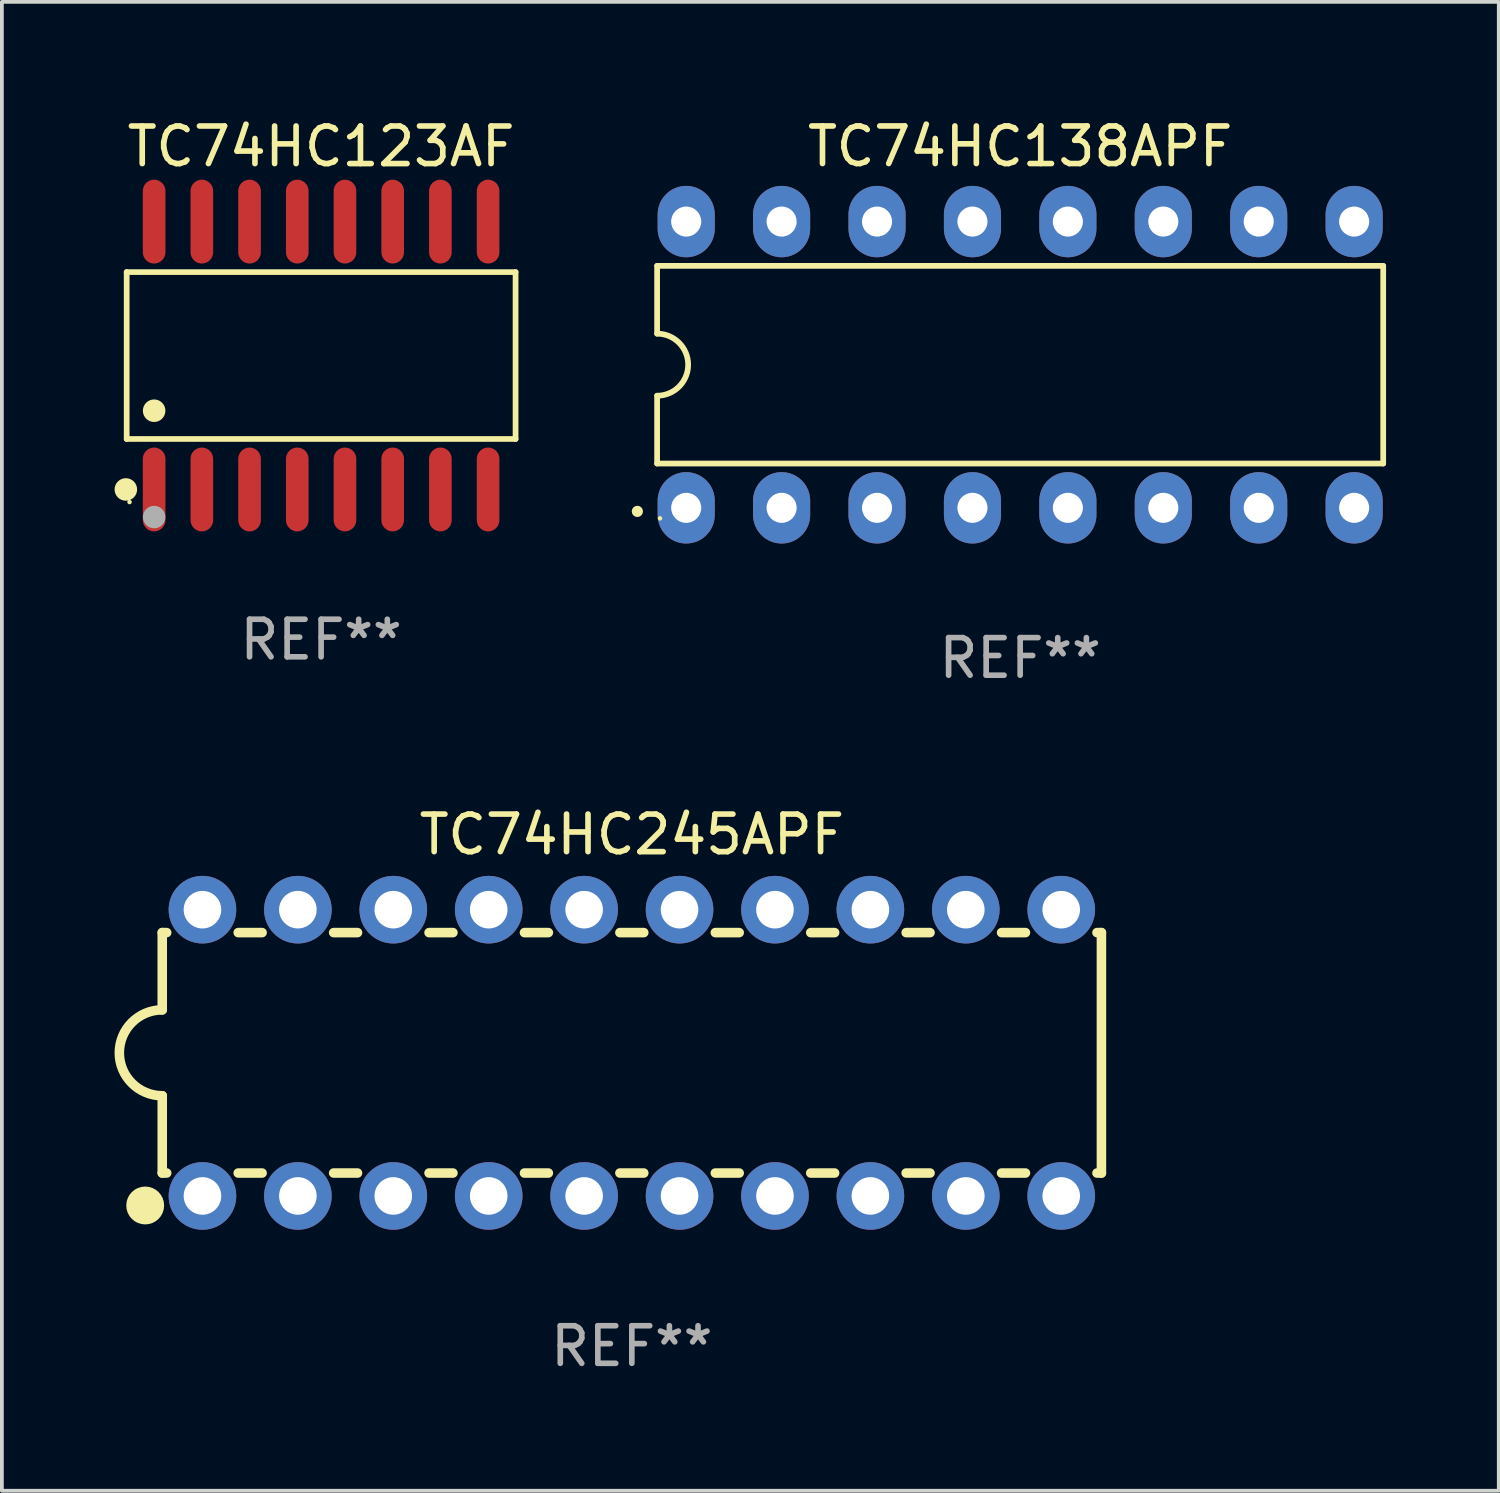
<source format=kicad_pcb>
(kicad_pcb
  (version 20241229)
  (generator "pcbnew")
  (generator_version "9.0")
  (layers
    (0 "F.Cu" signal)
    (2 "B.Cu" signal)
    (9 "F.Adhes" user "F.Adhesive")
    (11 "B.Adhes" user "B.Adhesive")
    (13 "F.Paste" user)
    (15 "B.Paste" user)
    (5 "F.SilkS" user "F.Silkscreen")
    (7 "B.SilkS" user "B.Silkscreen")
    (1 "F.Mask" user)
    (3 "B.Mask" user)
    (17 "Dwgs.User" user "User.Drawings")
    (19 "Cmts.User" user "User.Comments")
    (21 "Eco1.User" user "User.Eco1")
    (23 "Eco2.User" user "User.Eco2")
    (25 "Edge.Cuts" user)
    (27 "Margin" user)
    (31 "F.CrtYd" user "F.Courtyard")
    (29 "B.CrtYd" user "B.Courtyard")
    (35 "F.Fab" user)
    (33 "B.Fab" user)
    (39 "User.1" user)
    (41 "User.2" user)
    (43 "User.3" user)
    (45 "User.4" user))
  (footprint "TC74HC245APF"
    (layer "F.Cu")
    (at 13.769 24.975)
    (property "Reference" "TC74HC245APF" (at 0 -5.81 0) (layer "F.SilkS") (effects (font (size 1 1) (thickness 0.15))))
    (attr through_hole)
    (fp_line (start -12.5 -3.2) (end -12.5 -1.143) (stroke (width 0.254) (type solid)) (layer "F.SilkS"))
    (fp_line (start -12.5 -3.2) (end -12.382 -3.2) (stroke (width 0.254) (type solid)) (layer "F.SilkS"))
    (fp_line (start -12.5 3.2) (end -12.5 1.143) (stroke (width 0.254) (type solid)) (layer "F.SilkS"))
    (fp_line (start -12.5 3.2) (end -12.382 3.2) (stroke (width 0.254) (type solid)) (layer "F.SilkS"))
    (fp_line (start -10.478 -3.2) (end -9.842 -3.2) (stroke (width 0.254) (type solid)) (layer "F.SilkS"))
    (fp_line (start -10.478 3.2) (end -9.842 3.2) (stroke (width 0.254) (type solid)) (layer "F.SilkS"))
    (fp_line (start -7.938 -3.2) (end -7.302 -3.2) (stroke (width 0.254) (type solid)) (layer "F.SilkS"))
    (fp_line (start -7.938 3.2) (end -7.302 3.2) (stroke (width 0.254) (type solid)) (layer "F.SilkS"))
    (fp_line (start -5.398 -3.2) (end -4.762 -3.2) (stroke (width 0.254) (type solid)) (layer "F.SilkS"))
    (fp_line (start -5.398 3.2) (end -4.762 3.2) (stroke (width 0.254) (type solid)) (layer "F.SilkS"))
    (fp_line (start -2.858 -3.2) (end -2.222 -3.2) (stroke (width 0.254) (type solid)) (layer "F.SilkS"))
    (fp_line (start -2.858 3.2) (end -2.222 3.2) (stroke (width 0.254) (type solid)) (layer "F.SilkS"))
    (fp_line (start -0.318 -3.2) (end 0.318 -3.2) (stroke (width 0.254) (type solid)) (layer "F.SilkS"))
    (fp_line (start -0.318 3.2) (end 0.318 3.2) (stroke (width 0.254) (type solid)) (layer "F.SilkS"))
    (fp_line (start 2.222 -3.2) (end 2.858 -3.2) (stroke (width 0.254) (type solid)) (layer "F.SilkS"))
    (fp_line (start 2.222 3.2) (end 2.858 3.2) (stroke (width 0.254) (type solid)) (layer "F.SilkS"))
    (fp_line (start 4.762 -3.2) (end 5.398 -3.2) (stroke (width 0.254) (type solid)) (layer "F.SilkS"))
    (fp_line (start 4.762 3.2) (end 5.398 3.2) (stroke (width 0.254) (type solid)) (layer "F.SilkS"))
    (fp_line (start 7.302 -3.2) (end 7.938 -3.2) (stroke (width 0.254) (type solid)) (layer "F.SilkS"))
    (fp_line (start 7.302 3.2) (end 7.938 3.2) (stroke (width 0.254) (type solid)) (layer "F.SilkS"))
    (fp_line (start 9.842 -3.2) (end 10.478 -3.2) (stroke (width 0.254) (type solid)) (layer "F.SilkS"))
    (fp_line (start 9.842 3.2) (end 10.478 3.2) (stroke (width 0.254) (type solid)) (layer "F.SilkS"))
    (fp_line (start 12.382 -3.2) (end 12.5 -3.2) (stroke (width 0.254) (type solid)) (layer "F.SilkS"))
    (fp_line (start 12.382 3.2) (end 12.5 3.2) (stroke (width 0.254) (type solid)) (layer "F.SilkS"))
    (fp_line (start 12.5 -3.2) (end 12.5 3.2) (stroke (width 0.254) (type solid)) (layer "F.SilkS"))
    (fp_arc (start -12.500025 1.143002) (mid -13.642367 -0.00033) (end -12.499365 -1.143002) (stroke (width 0.254001) (type solid)) (layer "F.SilkS"))
    (fp_circle (center -12.954 4.064) (end -12.7 4.064) (stroke (width 0.5) (type solid)) (fill no) (layer "F.SilkS"))
    (fp_text user "REF**" (at 0 7.81 0) (layer "F.Fab") (effects (font (size 1 1) (thickness 0.15))))
    (pad "1" thru_hole circle (at -11.43 3.81) (size 1.8 1.8) (drill 1) (layers "*.Cu" "*.Mask"))
    (pad "2" thru_hole circle (at -8.89 3.81) (size 1.8 1.8) (drill 1) (layers "*.Cu" "*.Mask"))
    (pad "3" thru_hole circle (at -6.35 3.81) (size 1.8 1.8) (drill 1) (layers "*.Cu" "*.Mask"))
    (pad "4" thru_hole circle (at -3.81 3.81) (size 1.8 1.8) (drill 1) (layers "*.Cu" "*.Mask"))
    (pad "5" thru_hole circle (at -1.27 3.81) (size 1.8 1.8) (drill 1) (layers "*.Cu" "*.Mask"))
    (pad "6" thru_hole circle (at 1.27 3.81) (size 1.8 1.8) (drill 1) (layers "*.Cu" "*.Mask"))
    (pad "7" thru_hole circle (at 3.81 3.81) (size 1.8 1.8) (drill 1) (layers "*.Cu" "*.Mask"))
    (pad "8" thru_hole circle (at 6.35 3.81) (size 1.8 1.8) (drill 1) (layers "*.Cu" "*.Mask"))
    (pad "9" thru_hole circle (at 8.89 3.81) (size 1.8 1.8) (drill 1) (layers "*.Cu" "*.Mask"))
    (pad "10" thru_hole circle (at 11.43 3.81) (size 1.8 1.8) (drill 1) (layers "*.Cu" "*.Mask"))
    (pad "11" thru_hole circle (at 11.43 -3.81) (size 1.8 1.8) (drill 1) (layers "*.Cu" "*.Mask"))
    (pad "12" thru_hole circle (at 8.89 -3.81) (size 1.8 1.8) (drill 1) (layers "*.Cu" "*.Mask"))
    (pad "13" thru_hole circle (at 6.35 -3.81) (size 1.8 1.8) (drill 1) (layers "*.Cu" "*.Mask"))
    (pad "14" thru_hole circle (at 3.81 -3.81) (size 1.8 1.8) (drill 1) (layers "*.Cu" "*.Mask"))
    (pad "15" thru_hole circle (at 1.27 -3.81) (size 1.8 1.8) (drill 1) (layers "*.Cu" "*.Mask"))
    (pad "16" thru_hole circle (at -1.27 -3.81) (size 1.8 1.8) (drill 1) (layers "*.Cu" "*.Mask"))
    (pad "17" thru_hole circle (at -3.81 -3.81) (size 1.8 1.8) (drill 1) (layers "*.Cu" "*.Mask"))
    (pad "18" thru_hole circle (at -6.35 -3.81) (size 1.8 1.8) (drill 1) (layers "*.Cu" "*.Mask"))
    (pad "19" thru_hole circle (at -8.89 -3.81) (size 1.8 1.8) (drill 1) (layers "*.Cu" "*.Mask"))
    (pad "20" thru_hole circle (at -11.43 -3.81) (size 1.8 1.8) (drill 1) (layers "*.Cu" "*.Mask")))
  (footprint "TC74HC138APF"
    (layer "F.Cu")
    (at 24.106 6.658)
    (property "Reference" "TC74HC138APF" (at 0 -5.81 0) (layer "F.SilkS") (effects (font (size 1 1) (thickness 0.15))))
    (attr through_hole)
    (fp_line (start -9.664 -2.631) (end -9.664 -0.826) (stroke (width 0.152) (type solid)) (layer "F.SilkS"))
    (fp_line (start -9.664 0.826) (end -9.664 2.631) (stroke (width 0.152) (type solid)) (layer "F.SilkS"))
    (fp_line (start -9.664 2.631) (end 9.664 2.631) (stroke (width 0.152) (type solid)) (layer "F.SilkS"))
    (fp_line (start 9.664 -2.631) (end -9.664 -2.631) (stroke (width 0.152) (type solid)) (layer "F.SilkS"))
    (fp_line (start 9.664 2.631) (end 9.664 -2.631) (stroke (width 0.152) (type solid)) (layer "F.SilkS"))
    (fp_arc (start -9.663701 -0.825626) (mid -8.838075 0) (end -9.663701 0.825626) (stroke (width 0.1524) (type solid)) (layer "F.SilkS"))
    (fp_circle (center -10.19 3.905) (end -10.115 3.905) (stroke (width 0.15) (type solid)) (fill no) (layer "F.SilkS"))
    (fp_circle (center -9.588 4.09) (end -9.558 4.09) (stroke (width 0.06) (type solid)) (fill no) (layer "F.SilkS"))
    (fp_text user "REF**" (at 0 7.81 0) (layer "F.Fab") (effects (font (size 1 1) (thickness 0.15))))
    (pad "1" thru_hole oval (at -8.89 3.81) (size 1.52 1.9) (drill 0.8) (layers "*.Cu" "*.Mask"))
    (pad "2" thru_hole oval (at -6.35 3.81) (size 1.52 1.9) (drill 0.8) (layers "*.Cu" "*.Mask"))
    (pad "3" thru_hole oval (at -3.81 3.81) (size 1.52 1.9) (drill 0.8) (layers "*.Cu" "*.Mask"))
    (pad "4" thru_hole oval (at -1.27 3.81) (size 1.52 1.9) (drill 0.8) (layers "*.Cu" "*.Mask"))
    (pad "5" thru_hole oval (at 1.27 3.81) (size 1.52 1.9) (drill 0.8) (layers "*.Cu" "*.Mask"))
    (pad "6" thru_hole oval (at 3.81 3.81) (size 1.52 1.9) (drill 0.8) (layers "*.Cu" "*.Mask"))
    (pad "7" thru_hole oval (at 6.35 3.81) (size 1.52 1.9) (drill 0.8) (layers "*.Cu" "*.Mask"))
    (pad "8" thru_hole oval (at 8.89 3.81) (size 1.52 1.9) (drill 0.8) (layers "*.Cu" "*.Mask"))
    (pad "9" thru_hole oval (at 8.89 -3.81) (size 1.52 1.9) (drill 0.8) (layers "*.Cu" "*.Mask"))
    (pad "10" thru_hole oval (at 6.35 -3.81) (size 1.52 1.9) (drill 0.8) (layers "*.Cu" "*.Mask"))
    (pad "11" thru_hole oval (at 3.81 -3.81) (size 1.52 1.9) (drill 0.8) (layers "*.Cu" "*.Mask"))
    (pad "12" thru_hole oval (at 1.27 -3.81) (size 1.52 1.9) (drill 0.8) (layers "*.Cu" "*.Mask"))
    (pad "13" thru_hole oval (at -1.27 -3.81) (size 1.52 1.9) (drill 0.8) (layers "*.Cu" "*.Mask"))
    (pad "14" thru_hole oval (at -3.81 -3.81) (size 1.52 1.9) (drill 0.8) (layers "*.Cu" "*.Mask"))
    (pad "15" thru_hole oval (at -6.35 -3.81) (size 1.52 1.9) (drill 0.8) (layers "*.Cu" "*.Mask"))
    (pad "16" thru_hole oval (at -8.89 -3.81) (size 1.52 1.9) (drill 0.8) (layers "*.Cu" "*.Mask")))
  (footprint "TC74HC123AF"
    (layer "F.Cu")
    (at 5.498 6.414)
    (property "Reference" "TC74HC123AF" (at 0 -5.565 0) (layer "F.SilkS") (effects (font (size 1 1) (thickness 0.15))))
    (attr through_hole)
    (fp_line (start -5.176 -2.221) (end 5.176 -2.221) (stroke (width 0.152) (type solid)) (layer "F.SilkS"))
    (fp_line (start -5.176 2.221) (end -5.176 -2.221) (stroke (width 0.152) (type solid)) (layer "F.SilkS"))
    (fp_line (start 5.176 -2.221) (end 5.176 2.221) (stroke (width 0.152) (type solid)) (layer "F.SilkS"))
    (fp_line (start 5.176 2.221) (end -5.176 2.221) (stroke (width 0.152) (type solid)) (layer "F.SilkS"))
    (fp_circle (center -5.198 3.565) (end -5.048 3.565) (stroke (width 0.3) (type solid)) (fill no) (layer "F.SilkS"))
    (fp_circle (center -5.1 3.9) (end -5.07 3.9) (stroke (width 0.06) (type solid)) (fill no) (layer "F.SilkS"))
    (fp_circle (center -4.445 1.469) (end -4.295 1.469) (stroke (width 0.3) (type solid)) (fill no) (layer "F.SilkS"))
    (fp_circle (center -4.445 4.3) (end -4.295 4.3) (stroke (width 0.3) (type solid)) (fill no) (layer "F.Fab"))
    (fp_text user "REF**" (at 0 7.565 0) (layer "F.Fab") (effects (font (size 1 1) (thickness 0.15))))
    (pad "1" smd oval (at -4.445 3.565) (size 0.602 2.231) (layers "F.Cu" "F.Mask" "F.Paste"))
    (pad "2" smd oval (at -3.175 3.565) (size 0.602 2.231) (layers "F.Cu" "F.Mask" "F.Paste"))
    (pad "3" smd oval (at -1.905 3.565) (size 0.602 2.231) (layers "F.Cu" "F.Mask" "F.Paste"))
    (pad "4" smd oval (at -0.635 3.565) (size 0.602 2.231) (layers "F.Cu" "F.Mask" "F.Paste"))
    (pad "5" smd oval (at 0.635 3.565) (size 0.602 2.231) (layers "F.Cu" "F.Mask" "F.Paste"))
    (pad "6" smd oval (at 1.905 3.565) (size 0.602 2.231) (layers "F.Cu" "F.Mask" "F.Paste"))
    (pad "7" smd oval (at 3.175 3.565) (size 0.602 2.231) (layers "F.Cu" "F.Mask" "F.Paste"))
    (pad "8" smd oval (at 4.445 3.565) (size 0.602 2.231) (layers "F.Cu" "F.Mask" "F.Paste"))
    (pad "9" smd oval (at 4.445 -3.565) (size 0.602 2.231) (layers "F.Cu" "F.Mask" "F.Paste"))
    (pad "10" smd oval (at 3.175 -3.565) (size 0.602 2.231) (layers "F.Cu" "F.Mask" "F.Paste"))
    (pad "11" smd oval (at 1.905 -3.565) (size 0.602 2.231) (layers "F.Cu" "F.Mask" "F.Paste"))
    (pad "12" smd oval (at 0.635 -3.565) (size 0.602 2.231) (layers "F.Cu" "F.Mask" "F.Paste"))
    (pad "13" smd oval (at -0.635 -3.565) (size 0.602 2.231) (layers "F.Cu" "F.Mask" "F.Paste"))
    (pad "14" smd oval (at -1.905 -3.565) (size 0.602 2.231) (layers "F.Cu" "F.Mask" "F.Paste"))
    (pad "15" smd oval (at -3.175 -3.565) (size 0.602 2.231) (layers "F.Cu" "F.Mask" "F.Paste"))
    (pad "16" smd oval (at -4.445 -3.565) (size 0.602 2.231) (layers "F.Cu" "F.Mask" "F.Paste")))
  (gr_rect
    (start -3 -3)
    (end 36.846 36.633)
    (stroke (width 0.1) (type default))
    (fill no)
    (layer "Edge.Cuts")))
</source>
